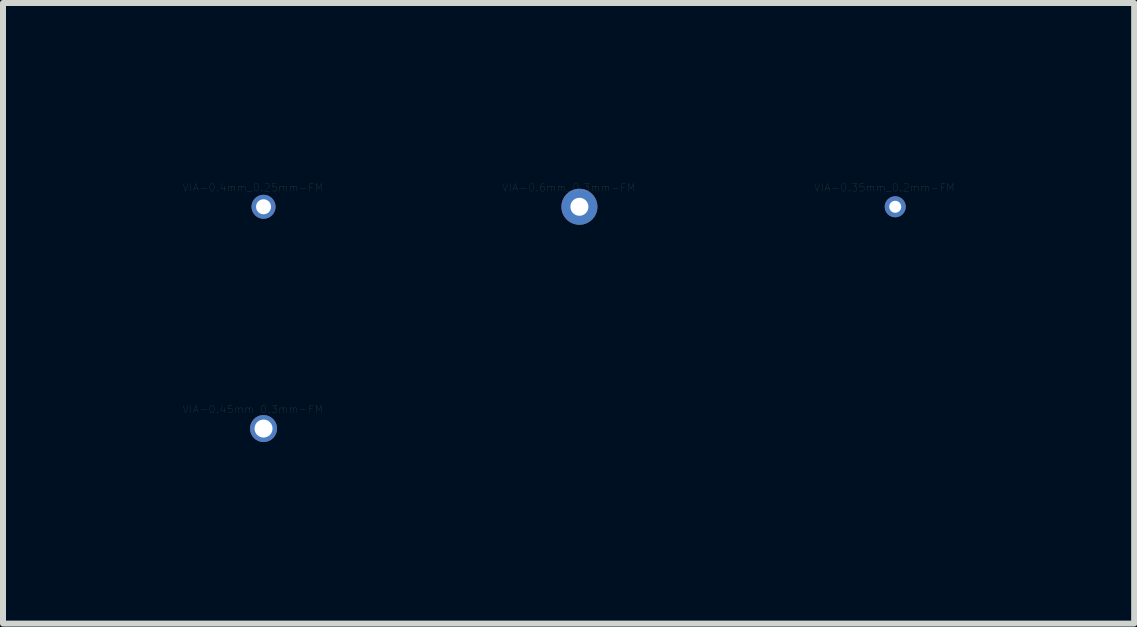
<source format=kicad_pcb>
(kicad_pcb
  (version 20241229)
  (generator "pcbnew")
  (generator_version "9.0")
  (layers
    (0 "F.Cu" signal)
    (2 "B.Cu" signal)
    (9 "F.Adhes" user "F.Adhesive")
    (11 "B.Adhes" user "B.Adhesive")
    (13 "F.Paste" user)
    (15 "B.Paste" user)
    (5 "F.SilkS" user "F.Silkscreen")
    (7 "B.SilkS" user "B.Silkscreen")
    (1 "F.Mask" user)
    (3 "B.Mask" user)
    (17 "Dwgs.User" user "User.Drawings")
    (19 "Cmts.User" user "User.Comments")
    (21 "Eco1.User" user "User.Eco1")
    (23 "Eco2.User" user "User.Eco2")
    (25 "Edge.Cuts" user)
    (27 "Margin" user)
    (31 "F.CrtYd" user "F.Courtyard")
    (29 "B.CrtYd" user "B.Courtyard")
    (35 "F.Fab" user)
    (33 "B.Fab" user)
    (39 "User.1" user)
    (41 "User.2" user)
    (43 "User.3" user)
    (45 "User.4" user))
  (footprint "VIA-0.35mm_0.2mm-FM"
    (layer "F.Cu")
    (at 11.869 0.396)
    (property "Reference" "VIA-0.35mm_0.2mm-FM" (at -0.18 -0.32 0) (layer "F.SilkS") (effects (font (size 0.127 0.127) (thickness 0.001))))
    (attr through_hole)
    (pad "1" thru_hole circle (at 0 0) (size 0.35 0.35) (drill 0.2) (layers "*.Cu" "F.Mask")))
  (footprint "VIA-0.45mm_0.3mm-FM"
    (layer "F.Cu")
    (at 1.342 4.092)
    (property "Reference" "VIA-0.45mm_0.3mm-FM" (at -0.18 -0.32 0) (layer "F.SilkS") (effects (font (size 0.127 0.127) (thickness 0.001))))
    (attr through_hole)
    (pad "1" thru_hole circle (at 0 0) (size 0.45 0.45) (drill 0.3) (layers "*.Cu" "F.Mask")))
  (footprint "VIA-0.6mm_0.3mm-FM"
    (layer "F.Cu")
    (at 6.606 0.396)
    (property "Reference" "VIA-0.6mm_0.3mm-FM" (at -0.18 -0.32 0) (layer "F.SilkS") (effects (font (size 0.127 0.127) (thickness 0.001))))
    (attr through_hole)
    (pad "1" thru_hole circle (at 0 0) (size 0.6 0.6) (drill 0.3) (layers "*.Cu" "F.Mask")))
  (footprint "VIA-0.4mm_0.25mm-FM"
    (layer "F.Cu")
    (at 1.342 0.396)
    (property "Reference" "VIA-0.4mm_0.25mm-FM" (at -0.18 -0.32 0) (layer "F.SilkS") (effects (font (size 0.127 0.127) (thickness 0.001))))
    (attr through_hole)
    (pad "1" thru_hole circle (at 0 0) (size 0.4 0.4) (drill 0.25) (layers "*.Cu" "F.Mask")))
  (gr_rect
    (start -3 -3)
    (end 15.851 7.342)
    (stroke (width 0.1) (type default))
    (fill no)
    (layer "Edge.Cuts")))
</source>
